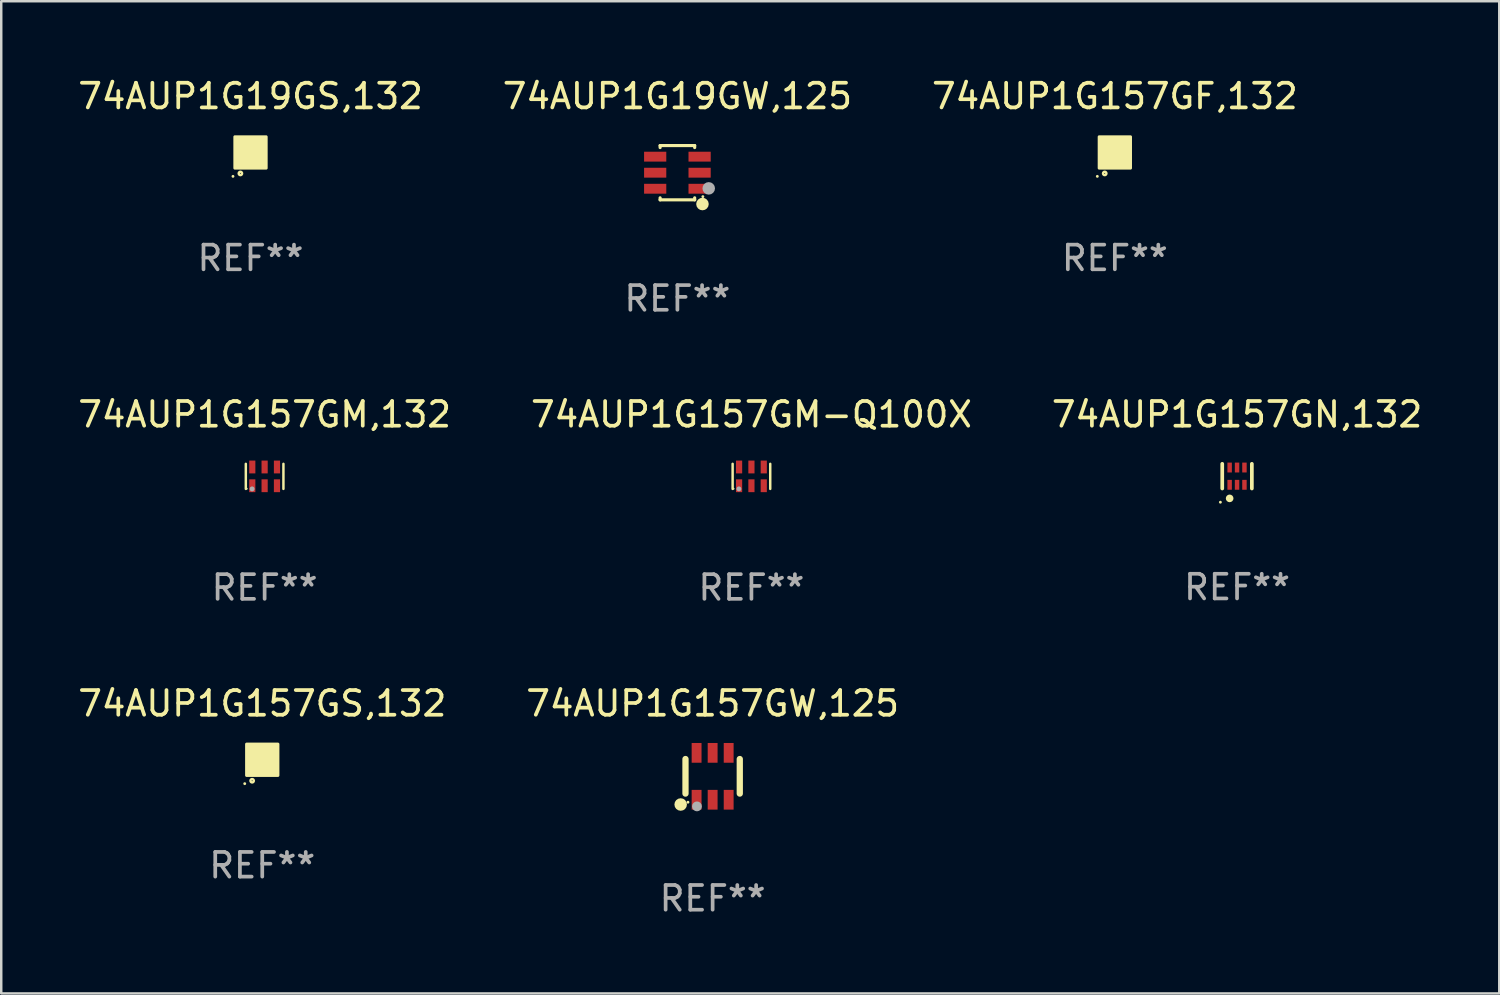
<source format=kicad_pcb>
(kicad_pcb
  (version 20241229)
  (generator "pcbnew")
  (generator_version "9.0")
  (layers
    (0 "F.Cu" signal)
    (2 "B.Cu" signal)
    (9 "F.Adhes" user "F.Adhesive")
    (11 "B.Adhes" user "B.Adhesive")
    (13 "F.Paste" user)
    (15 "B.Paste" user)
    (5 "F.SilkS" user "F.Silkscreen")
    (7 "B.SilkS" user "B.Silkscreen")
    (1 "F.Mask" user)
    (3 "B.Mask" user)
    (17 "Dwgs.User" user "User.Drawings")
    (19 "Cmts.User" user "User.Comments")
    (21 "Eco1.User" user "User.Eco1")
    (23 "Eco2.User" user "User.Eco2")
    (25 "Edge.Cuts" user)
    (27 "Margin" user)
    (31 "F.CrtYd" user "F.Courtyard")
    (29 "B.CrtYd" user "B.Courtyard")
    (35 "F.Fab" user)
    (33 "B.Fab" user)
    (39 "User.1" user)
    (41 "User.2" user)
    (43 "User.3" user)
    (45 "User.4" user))
  (footprint "74AUP1G19GW,125"
    (layer "F.Cu")
    (at 24.399 3.948)
    (property "Reference" "74AUP1G19GW,125" (at 0 -3.1 0) (layer "F.SilkS") (effects (font (size 1 1) (thickness 0.15))))
    (attr through_hole)
    (fp_line (start -0.7 -1.018) (end -0.7 -1.1) (stroke (width 0.127) (type solid)) (layer "F.SilkS"))
    (fp_line (start -0.7 1.1) (end -0.7 1.018) (stroke (width 0.127) (type solid)) (layer "F.SilkS"))
    (fp_line (start 0.7 -1.1) (end -0.7 -1.1) (stroke (width 0.127) (type solid)) (layer "F.SilkS"))
    (fp_line (start 0.7 -1.018) (end 0.7 -1.1) (stroke (width 0.127) (type solid)) (layer "F.SilkS"))
    (fp_line (start 0.7 1.1) (end -0.7 1.1) (stroke (width 0.127) (type solid)) (layer "F.SilkS"))
    (fp_line (start 0.7 1.1) (end 0.7 1.018) (stroke (width 0.127) (type solid)) (layer "F.SilkS"))
    (fp_circle (center 1.016 1.27) (end 1.143 1.27) (stroke (width 0.254) (type solid)) (fill no) (layer "F.SilkS"))
    (fp_circle (center 1.032 0.97) (end 1.062 0.97) (stroke (width 0.06) (type solid)) (fill no) (layer "F.SilkS"))
    (fp_circle (center 1.27 0.635) (end 1.397 0.635) (stroke (width 0.254) (type solid)) (fill no) (layer "F.Fab"))
    (fp_text user "REF**" (at 0 5.1 0) (layer "F.Fab") (effects (font (size 1 1) (thickness 0.15))))
    (pad "1" smd rect (at 0.9 0.65 90) (size 0.4 0.9) (layers "F.Cu" "F.Mask" "F.Paste"))
    (pad "2" smd rect (at 0.9 -0.000102 90) (size 0.4 0.9) (layers "F.Cu" "F.Mask" "F.Paste"))
    (pad "3" smd rect (at 0.9 -0.65 90) (size 0.4 0.9) (layers "F.Cu" "F.Mask" "F.Paste"))
    (pad "4" smd rect (at -0.9 -0.65 90) (size 0.4 0.9) (layers "F.Cu" "F.Mask" "F.Paste"))
    (pad "5" smd rect (at -0.9 -0.000102 90) (size 0.4 0.9) (layers "F.Cu" "F.Mask" "F.Paste"))
    (pad "6" smd rect (at -0.9 0.65 90) (size 0.4 0.9) (layers "F.Cu" "F.Mask" "F.Paste")))
  (footprint "74AUP1G157GM,132"
    (layer "F.Cu")
    (at 7.673 16.253)
    (property "Reference" "74AUP1G157GM,132" (at 0 -2.508 0) (layer "F.SilkS") (effects (font (size 1 1) (thickness 0.15))))
    (attr through_hole)
    (fp_line (start -0.762 -0.508) (end -0.762 0.508) (stroke (width 0.1) (type solid)) (layer "F.SilkS"))
    (fp_line (start 0.762 -0.508) (end 0.762 0.508) (stroke (width 0.1) (type solid)) (layer "F.SilkS"))
    (fp_circle (center -0.725 0.5) (end -0.705 0.5) (stroke (width 0.04) (type solid)) (fill no) (layer "F.SilkS"))
    (fp_circle (center -0.508 0.508) (end -0.458 0.508) (stroke (width 0.1) (type solid)) (fill no) (layer "F.Fab"))
    (fp_text user "REF**" (at 0 4.508 0) (layer "F.Fab") (effects (font (size 1 1) (thickness 0.15))))
    (pad "1" smd rect (at -0.5 0.38) (size 0.25 0.52) (layers "F.Cu" "F.Mask" "F.Paste"))
    (pad "2" smd rect (at -0.000127 0.38) (size 0.25 0.52) (layers "F.Cu" "F.Mask" "F.Paste"))
    (pad "3" smd rect (at 0.5 0.38) (size 0.25 0.52) (layers "F.Cu" "F.Mask" "F.Paste"))
    (pad "4" smd rect (at 0.5 -0.38 180) (size 0.25 0.52) (layers "F.Cu" "F.Mask" "F.Paste"))
    (pad "5" smd rect (at -0.000127 -0.38 180) (size 0.25 0.52) (layers "F.Cu" "F.Mask" "F.Paste"))
    (pad "6" smd rect (at -0.5 -0.38 180) (size 0.25 0.52) (layers "F.Cu" "F.Mask" "F.Paste")))
  (footprint "74AUP1G157GS,132"
    (layer "F.Cu")
    (at 7.577 27.737)
    (property "Reference" "74AUP1G157GS,132" (at 0 -2.28 0) (layer "F.SilkS") (effects (font (size 1 1) (thickness 0.15))))
    (attr through_hole)
    (fp_circle (center -0.71 0.968) (end -0.68 0.968) (stroke (width 0.06) (type solid)) (fill no) (layer "F.SilkS"))
    (fp_circle (center -0.41 0.85) (end -0.342 0.85) (stroke (width 0.1) (type solid)) (fill no) (layer "F.SilkS"))
    (fp_poly (pts (xy -0.635 -0.635) (xy 0.635 -0.635) (xy 0.635 0.635) (xy -0.635 0.635)) (stroke (width 0.12) (type solid)) (fill yes) (layer "F.SilkS"))
    (fp_text user "REF**" (at 0 4.28 0) (layer "F.Fab") (effects (font (size 1 1) (thickness 0.15))))
    (pad "1" smd rect (at -0.35 0.28 90) (size 0.35 0.2) (layers "F.Cu" "F.Mask" "F.Paste"))
    (pad "2" smd rect (at 0 0.28 90) (size 0.35 0.2) (layers "F.Cu" "F.Mask" "F.Paste"))
    (pad "3" smd rect (at 0.35 0.28 90) (size 0.35 0.2) (layers "F.Cu" "F.Mask" "F.Paste"))
    (pad "4" smd rect (at 0.35 -0.28 90) (size 0.35 0.2) (layers "F.Cu" "F.Mask" "F.Paste"))
    (pad "5" smd rect (at 0 -0.28 90) (size 0.35 0.2) (layers "F.Cu" "F.Mask" "F.Paste"))
    (pad "6" smd rect (at -0.35 -0.28 90) (size 0.35 0.2) (layers "F.Cu" "F.Mask" "F.Paste")))
  (footprint "74AUP1G19GS,132"
    (layer "F.Cu")
    (at 7.101 3.128)
    (property "Reference" "74AUP1G19GS,132" (at 0 -2.28 0) (layer "F.SilkS") (effects (font (size 1 1) (thickness 0.15))))
    (attr through_hole)
    (fp_circle (center -0.71 0.968) (end -0.68 0.968) (stroke (width 0.06) (type solid)) (fill no) (layer "F.SilkS"))
    (fp_circle (center -0.41 0.85) (end -0.342 0.85) (stroke (width 0.1) (type solid)) (fill no) (layer "F.SilkS"))
    (fp_poly (pts (xy -0.635 -0.635) (xy 0.635 -0.635) (xy 0.635 0.635) (xy -0.635 0.635)) (stroke (width 0.12) (type solid)) (fill yes) (layer "F.SilkS"))
    (fp_text user "REF**" (at 0 4.28 0) (layer "F.Fab") (effects (font (size 1 1) (thickness 0.15))))
    (pad "1" smd rect (at -0.35 0.28 90) (size 0.35 0.2) (layers "F.Cu" "F.Mask" "F.Paste"))
    (pad "2" smd rect (at 0 0.28 90) (size 0.35 0.2) (layers "F.Cu" "F.Mask" "F.Paste"))
    (pad "3" smd rect (at 0.35 0.28 90) (size 0.35 0.2) (layers "F.Cu" "F.Mask" "F.Paste"))
    (pad "4" smd rect (at 0.35 -0.28 90) (size 0.35 0.2) (layers "F.Cu" "F.Mask" "F.Paste"))
    (pad "5" smd rect (at 0 -0.28 90) (size 0.35 0.2) (layers "F.Cu" "F.Mask" "F.Paste"))
    (pad "6" smd rect (at -0.35 -0.28 90) (size 0.35 0.2) (layers "F.Cu" "F.Mask" "F.Paste")))
  (footprint "74AUP1G157GF,132"
    (layer "F.Cu")
    (at 42.125 3.128)
    (property "Reference" "74AUP1G157GF,132" (at 0 -2.28 0) (layer "F.SilkS") (effects (font (size 1 1) (thickness 0.15))))
    (attr through_hole)
    (fp_circle (center -0.71 0.968) (end -0.68 0.968) (stroke (width 0.06) (type solid)) (fill no) (layer "F.SilkS"))
    (fp_circle (center -0.41 0.85) (end -0.342 0.85) (stroke (width 0.1) (type solid)) (fill no) (layer "F.SilkS"))
    (fp_poly (pts (xy -0.635 -0.635) (xy 0.635 -0.635) (xy 0.635 0.635) (xy -0.635 0.635)) (stroke (width 0.12) (type solid)) (fill yes) (layer "F.SilkS"))
    (fp_text user "REF**" (at 0 4.28 0) (layer "F.Fab") (effects (font (size 1 1) (thickness 0.15))))
    (pad "1" smd rect (at -0.35 0.28 90) (size 0.35 0.2) (layers "F.Cu" "F.Mask" "F.Paste"))
    (pad "2" smd rect (at 0 0.28 90) (size 0.35 0.2) (layers "F.Cu" "F.Mask" "F.Paste"))
    (pad "3" smd rect (at 0.35 0.28 90) (size 0.35 0.2) (layers "F.Cu" "F.Mask" "F.Paste"))
    (pad "4" smd rect (at 0.35 -0.28 90) (size 0.35 0.2) (layers "F.Cu" "F.Mask" "F.Paste"))
    (pad "5" smd rect (at 0 -0.28 90) (size 0.35 0.2) (layers "F.Cu" "F.Mask" "F.Paste"))
    (pad "6" smd rect (at -0.35 -0.28 90) (size 0.35 0.2) (layers "F.Cu" "F.Mask" "F.Paste")))
  (footprint "74AUP1G157GW,125"
    (layer "F.Cu")
    (at 25.827 28.407)
    (property "Reference" "74AUP1G157GW,125" (at 0 -2.95 0) (layer "F.SilkS") (effects (font (size 1 1) (thickness 0.15))))
    (attr through_hole)
    (fp_line (start -1.1 -0.7) (end -1.1 0.7) (stroke (width 0.254) (type solid)) (layer "F.SilkS"))
    (fp_line (start 1.1 -0.7) (end 1.1 0.7) (stroke (width 0.254) (type solid)) (layer "F.SilkS"))
    (fp_circle (center -1.295 1.143) (end -1.168 1.143) (stroke (width 0.254) (type solid)) (fill no) (layer "F.SilkS"))
    (fp_circle (center -1 1.05) (end -0.97 1.05) (stroke (width 0.06) (type solid)) (fill no) (layer "F.SilkS"))
    (fp_circle (center -0.635 1.219) (end -0.535 1.219) (stroke (width 0.2) (type solid)) (fill no) (layer "F.Fab"))
    (fp_text user "REF**" (at 0 4.95 0) (layer "F.Fab") (effects (font (size 1 1) (thickness 0.15))))
    (pad "1" smd rect (at -0.65 0.95) (size 0.4 0.8) (layers "F.Cu" "F.Mask" "F.Paste"))
    (pad "2" smd rect (at 0 0.95) (size 0.4 0.8) (layers "F.Cu" "F.Mask" "F.Paste"))
    (pad "3" smd rect (at 0.65 0.95) (size 0.4 0.8) (layers "F.Cu" "F.Mask" "F.Paste"))
    (pad "4" smd rect (at 0.65 -0.95) (size 0.4 0.8) (layers "F.Cu" "F.Mask" "F.Paste"))
    (pad "5" smd rect (at 0 -0.95) (size 0.4 0.8) (layers "F.Cu" "F.Mask" "F.Paste"))
    (pad "6" smd rect (at -0.65 -0.95) (size 0.4 0.8) (layers "F.Cu" "F.Mask" "F.Paste")))
  (footprint "74AUP1G157GM-Q100X"
    (layer "F.Cu")
    (at 27.399 16.253)
    (property "Reference" "74AUP1G157GM-Q100X" (at 0 -2.508 0) (layer "F.SilkS") (effects (font (size 1 1) (thickness 0.15))))
    (attr through_hole)
    (fp_line (start -0.762 -0.508) (end -0.762 0.508) (stroke (width 0.1) (type solid)) (layer "F.SilkS"))
    (fp_line (start 0.762 -0.508) (end 0.762 0.508) (stroke (width 0.1) (type solid)) (layer "F.SilkS"))
    (fp_circle (center -0.725 0.5) (end -0.705 0.5) (stroke (width 0.04) (type solid)) (fill no) (layer "F.SilkS"))
    (fp_circle (center -0.508 0.508) (end -0.458 0.508) (stroke (width 0.1) (type solid)) (fill no) (layer "F.Fab"))
    (fp_text user "REF**" (at 0 4.508 0) (layer "F.Fab") (effects (font (size 1 1) (thickness 0.15))))
    (pad "1" smd rect (at -0.5 0.38) (size 0.25 0.52) (layers "F.Cu" "F.Mask" "F.Paste"))
    (pad "2" smd rect (at -0.000127 0.38) (size 0.25 0.52) (layers "F.Cu" "F.Mask" "F.Paste"))
    (pad "3" smd rect (at 0.5 0.38) (size 0.25 0.52) (layers "F.Cu" "F.Mask" "F.Paste"))
    (pad "4" smd rect (at 0.5 -0.38 180) (size 0.25 0.52) (layers "F.Cu" "F.Mask" "F.Paste"))
    (pad "5" smd rect (at -0.000127 -0.38 180) (size 0.25 0.52) (layers "F.Cu" "F.Mask" "F.Paste"))
    (pad "6" smd rect (at -0.5 -0.38 180) (size 0.25 0.52) (layers "F.Cu" "F.Mask" "F.Paste")))
  (footprint "74AUP1G157GN,132"
    (layer "F.Cu")
    (at 47.077 16.245)
    (property "Reference" "74AUP1G157GN,132" (at 0 -2.5 0) (layer "F.SilkS") (effects (font (size 1 1) (thickness 0.15))))
    (attr through_hole)
    (fp_line (start -0.6 -0.5) (end -0.6 0.5) (stroke (width 0.15) (type solid)) (layer "F.SilkS"))
    (fp_line (start 0.6 0.5) (end 0.6 -0.5) (stroke (width 0.15) (type solid)) (layer "F.SilkS"))
    (fp_circle (center -0.675 1.055) (end -0.645 1.055) (stroke (width 0.06) (type solid)) (fill no) (layer "F.SilkS"))
    (fp_circle (center -0.3 0.9) (end -0.22 0.9) (stroke (width 0.15) (type solid)) (fill no) (layer "F.SilkS"))
    (fp_text user "REF**" (at 0 4.5 0) (layer "F.Fab") (effects (font (size 1 1) (thickness 0.15))))
    (pad "1" smd rect (at -0.3 0.35) (size 0.18 0.4) (layers "F.Cu" "F.Mask" "F.Paste"))
    (pad "2" smd rect (at 0.000025 0.35) (size 0.18 0.4) (layers "F.Cu" "F.Mask" "F.Paste"))
    (pad "3" smd rect (at 0.3 0.35) (size 0.18 0.4) (layers "F.Cu" "F.Mask" "F.Paste"))
    (pad "4" smd rect (at 0.3 -0.35) (size 0.18 0.4) (layers "F.Cu" "F.Mask" "F.Paste"))
    (pad "5" smd rect (at 0.000025 -0.35) (size 0.18 0.4) (layers "F.Cu" "F.Mask" "F.Paste"))
    (pad "6" smd rect (at -0.3 -0.35) (size 0.18 0.4) (layers "F.Cu" "F.Mask" "F.Paste")))
  (gr_rect
    (start -3 -3)
    (end 57.702 37.205)
    (stroke (width 0.1) (type default))
    (fill no)
    (layer "Edge.Cuts")))
</source>
